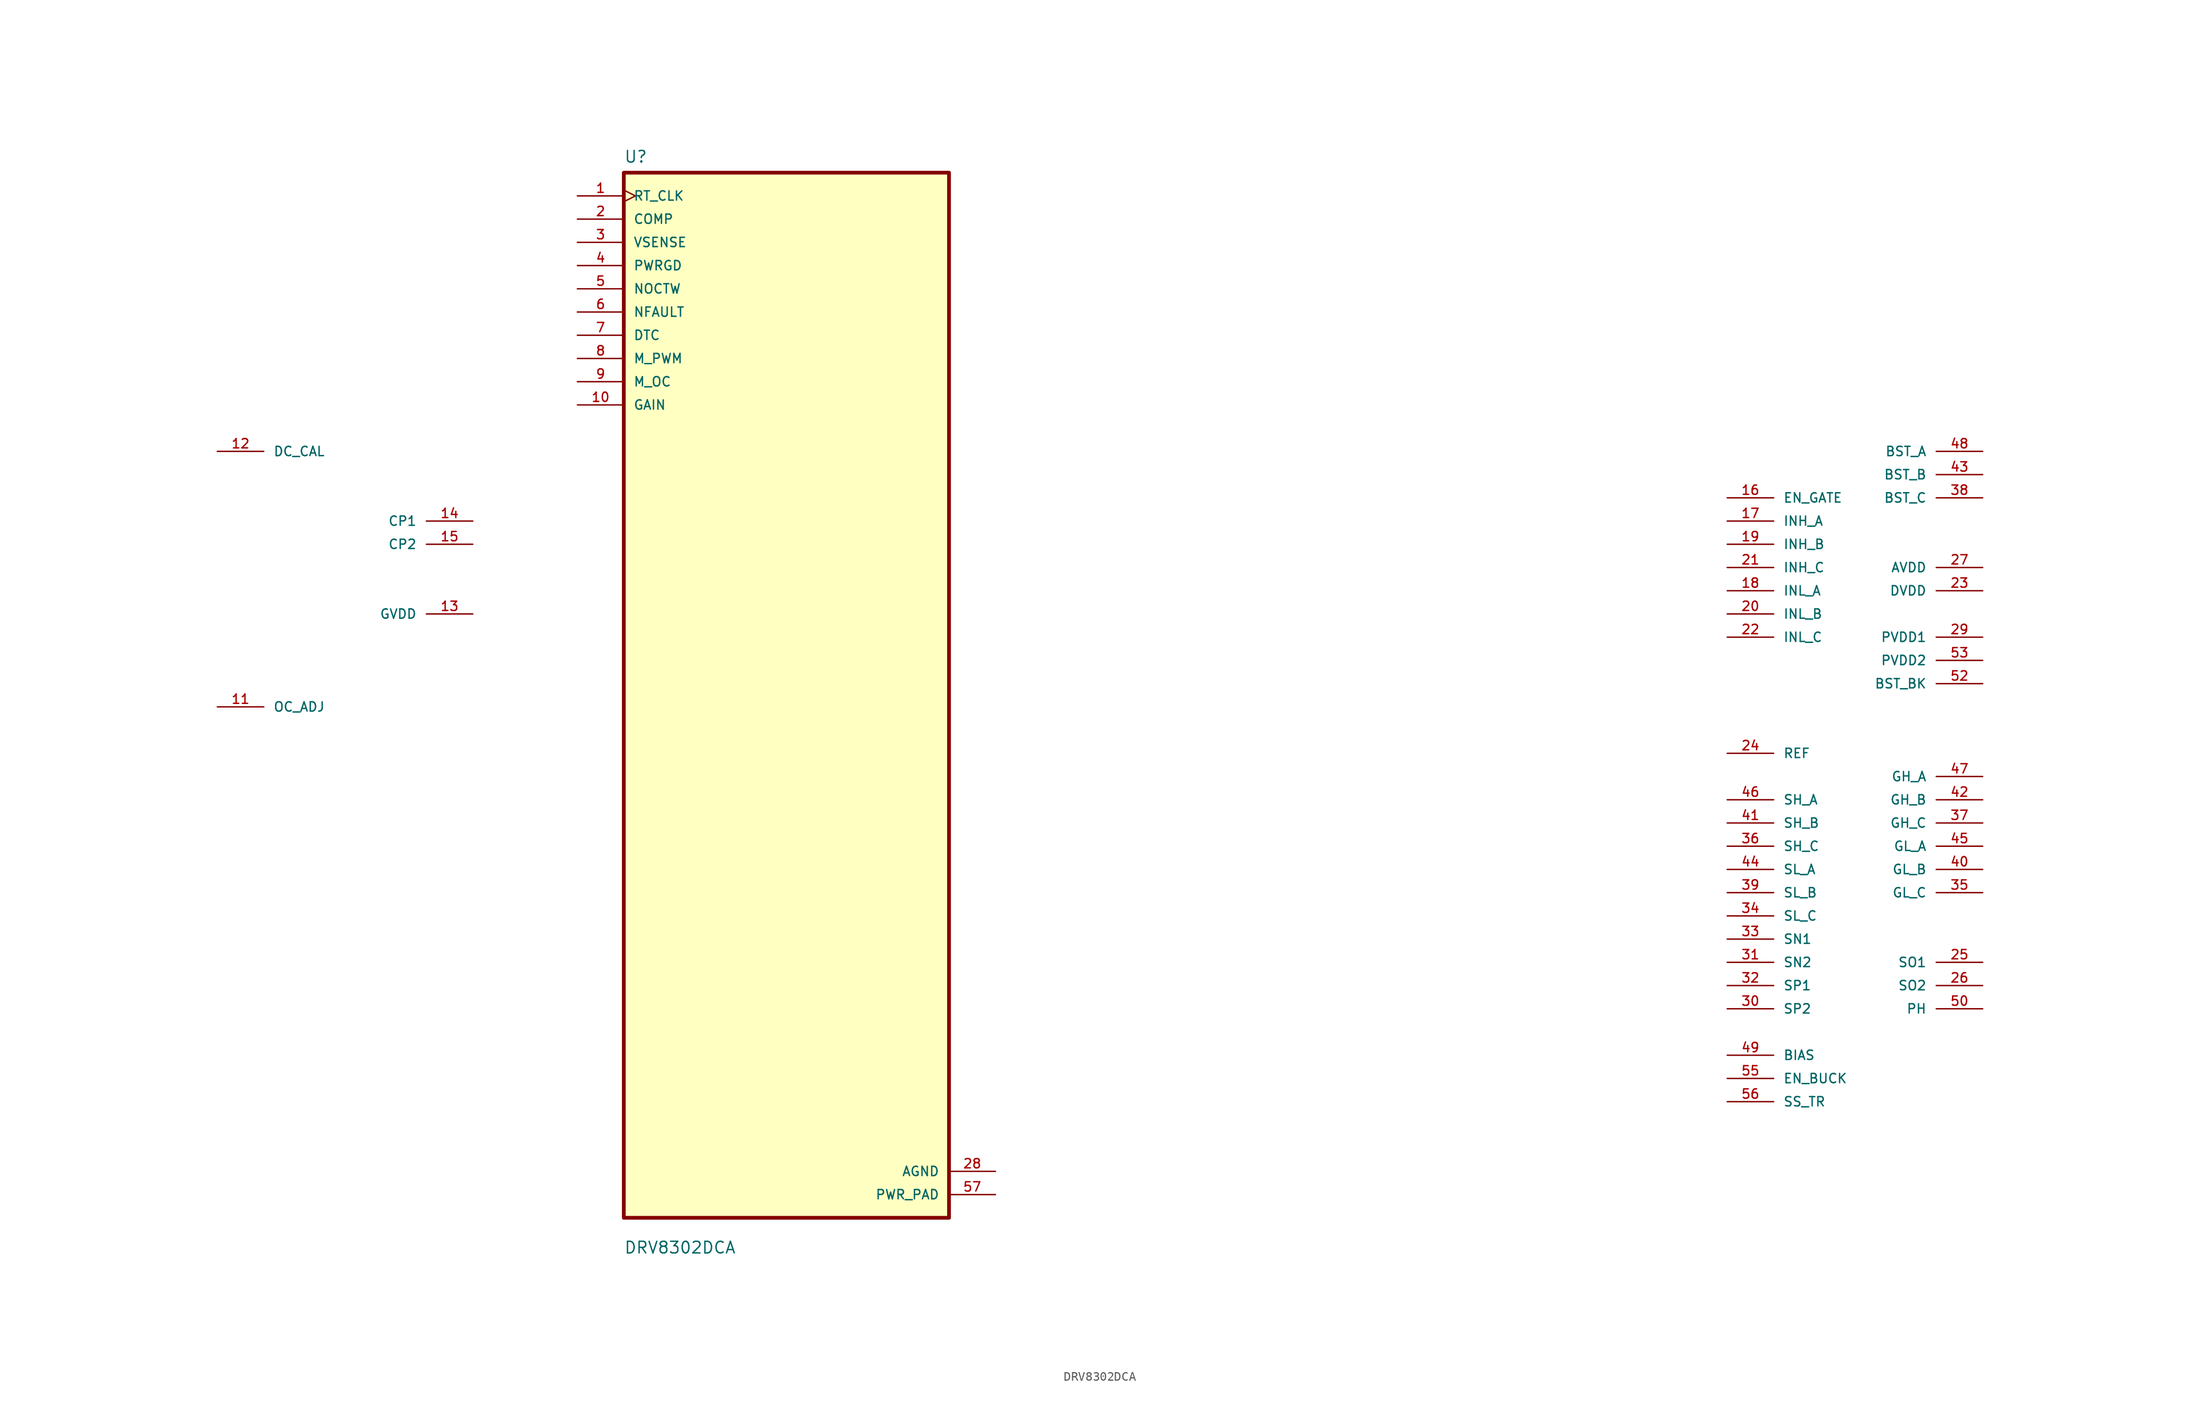
<source format=kicad_sym>
(kicad_symbol_lib
  (version 20241209)
  (generator "kicad_symbol_editor")
  (generator_version "9.0")
  (symbol "DRV8302DCA"
    (pin_names
      (offset 1.016))
    (property "Reference" "U"
      (at -17.78 56.88 0)
      (effects (font (size 1.27 1.27)) (justify left bottom)))
    (property "Value" "DRV8302DCA"
      (at -17.78 -62.42 0)
      (effects (font (size 1.27 1.27)) (justify left bottom)))
    (symbol "DRV8302DCA_0_0"
      (rectangle (start -17.78 55.88) (end 17.78 -58.42) (stroke (width 0.41) (type default)) (fill (type background)))
      (pin input line (at -62.23 25.4 0) (length 5.08) (name "DC_CAL" (effects (font (size 1.016 1.016)))) (number "12" (effects (font (size 1.016 1.016)))))
      (pin input line (at -62.23 -2.54 0) (length 5.08) (name "OC_ADJ" (effects (font (size 1.016 1.016)))) (number "11" (effects (font (size 1.016 1.016)))))
      (pin power_in line (at -34.29 17.78 180) (length 5.08) (name "CP1" (effects (font (size 1.016 1.016)))) (number "14" (effects (font (size 1.016 1.016)))))
      (pin power_in line (at -34.29 15.24 180) (length 5.08) (name "CP2" (effects (font (size 1.016 1.016)))) (number "15" (effects (font (size 1.016 1.016)))))
      (pin power_in line (at -34.29 7.62 180) (length 5.08) (name "GVDD" (effects (font (size 1.016 1.016)))) (number "13" (effects (font (size 1.016 1.016)))))
      (pin input clock (at -22.86 53.34 0) (length 5.08) (name "RT_CLK" (effects (font (size 1.016 1.016)))) (number "1" (effects (font (size 1.016 1.016)))))
      (pin output line (at -22.86 50.8 0) (length 5.08) (name "COMP" (effects (font (size 1.016 1.016)))) (number "2" (effects (font (size 1.016 1.016)))))
      (pin input line (at -22.86 48.26 0) (length 5.08) (name "VSENSE" (effects (font (size 1.016 1.016)))) (number "3" (effects (font (size 1.016 1.016)))))
      (pin input line (at -22.86 45.72 0) (length 5.08) (name "PWRGD" (effects (font (size 1.016 1.016)))) (number "4" (effects (font (size 1.016 1.016)))))
      (pin output line (at -22.86 43.18 0) (length 5.08) (name "NOCTW" (effects (font (size 1.016 1.016)))) (number "5" (effects (font (size 1.016 1.016)))))
      (pin output line (at -22.86 40.64 0) (length 5.08) (name "NFAULT" (effects (font (size 1.016 1.016)))) (number "6" (effects (font (size 1.016 1.016)))))
      (pin input line (at -22.86 38.1 0) (length 5.08) (name "DTC" (effects (font (size 1.016 1.016)))) (number "7" (effects (font (size 1.016 1.016)))))
      (pin input line (at -22.86 35.56 0) (length 5.08) (name "M_PWM" (effects (font (size 1.016 1.016)))) (number "8" (effects (font (size 1.016 1.016)))))
      (pin input line (at -22.86 33.02 0) (length 5.08) (name "M_OC" (effects (font (size 1.016 1.016)))) (number "9" (effects (font (size 1.016 1.016)))))
      (pin output line (at -22.86 30.48 0) (length 5.08) (name "GAIN" (effects (font (size 1.016 1.016)))) (number "10" (effects (font (size 1.016 1.016)))))
      (pin power_in line (at 22.86 -53.34 180) (length 5.08) (name "AGND" (effects (font (size 1.016 1.016)))) (number "28" (effects (font (size 1.016 1.016)))))
      (pin power_in line (at 22.86 -55.88 180) (length 5.08) (name "PWR_PAD" (effects (font (size 1.016 1.016)))) (number "57" (effects (font (size 1.016 1.016)))))
      (pin input line (at 102.87 20.32 0) (length 5.08) (name "EN_GATE" (effects (font (size 1.016 1.016)))) (number "16" (effects (font (size 1.016 1.016)))))
      (pin input line (at 102.87 17.78 0) (length 5.08) (name "INH_A" (effects (font (size 1.016 1.016)))) (number "17" (effects (font (size 1.016 1.016)))))
      (pin input line (at 102.87 15.24 0) (length 5.08) (name "INH_B" (effects (font (size 1.016 1.016)))) (number "19" (effects (font (size 1.016 1.016)))))
      (pin input line (at 102.87 12.7 0) (length 5.08) (name "INH_C" (effects (font (size 1.016 1.016)))) (number "21" (effects (font (size 1.016 1.016)))))
      (pin input line (at 102.87 10.16 0) (length 5.08) (name "INL_A" (effects (font (size 1.016 1.016)))) (number "18" (effects (font (size 1.016 1.016)))))
      (pin input line (at 102.87 7.62 0) (length 5.08) (name "INL_B" (effects (font (size 1.016 1.016)))) (number "20" (effects (font (size 1.016 1.016)))))
      (pin input line (at 102.87 5.08 0) (length 5.08) (name "INL_C" (effects (font (size 1.016 1.016)))) (number "22" (effects (font (size 1.016 1.016)))))
      (pin input line (at 102.87 -7.62 0) (length 5.08) (name "REF" (effects (font (size 1.016 1.016)))) (number "24" (effects (font (size 1.016 1.016)))))
      (pin input line (at 102.87 -12.7 0) (length 5.08) (name "SH_A" (effects (font (size 1.016 1.016)))) (number "46" (effects (font (size 1.016 1.016)))))
      (pin input line (at 102.87 -15.24 0) (length 5.08) (name "SH_B" (effects (font (size 1.016 1.016)))) (number "41" (effects (font (size 1.016 1.016)))))
      (pin input line (at 102.87 -17.78 0) (length 5.08) (name "SH_C" (effects (font (size 1.016 1.016)))) (number "36" (effects (font (size 1.016 1.016)))))
      (pin input line (at 102.87 -20.32 0) (length 5.08) (name "SL_A" (effects (font (size 1.016 1.016)))) (number "44" (effects (font (size 1.016 1.016)))))
      (pin input line (at 102.87 -22.86 0) (length 5.08) (name "SL_B" (effects (font (size 1.016 1.016)))) (number "39" (effects (font (size 1.016 1.016)))))
      (pin input line (at 102.87 -25.4 0) (length 5.08) (name "SL_C" (effects (font (size 1.016 1.016)))) (number "34" (effects (font (size 1.016 1.016)))))
      (pin input line (at 102.87 -27.94 0) (length 5.08) (name "SN1" (effects (font (size 1.016 1.016)))) (number "33" (effects (font (size 1.016 1.016)))))
      (pin input line (at 102.87 -30.48 0) (length 5.08) (name "SN2" (effects (font (size 1.016 1.016)))) (number "31" (effects (font (size 1.016 1.016)))))
      (pin input line (at 102.87 -33.02 0) (length 5.08) (name "SP1" (effects (font (size 1.016 1.016)))) (number "32" (effects (font (size 1.016 1.016)))))
      (pin input line (at 102.87 -35.56 0) (length 5.08) (name "SP2" (effects (font (size 1.016 1.016)))) (number "30" (effects (font (size 1.016 1.016)))))
      (pin input line (at 102.87 -40.64 0) (length 5.08) (name "BIAS" (effects (font (size 1.016 1.016)))) (number "49" (effects (font (size 1.016 1.016)))))
      (pin input line (at 102.87 -43.18 0) (length 5.08) (name "EN_BUCK" (effects (font (size 1.016 1.016)))) (number "55" (effects (font (size 1.016 1.016)))))
      (pin input line (at 102.87 -45.72 0) (length 5.08) (name "SS_TR" (effects (font (size 1.016 1.016)))) (number "56" (effects (font (size 1.016 1.016)))))
      (pin power_in line (at 130.81 25.4 180) (length 5.08) (name "BST_A" (effects (font (size 1.016 1.016)))) (number "48" (effects (font (size 1.016 1.016)))))
      (pin power_in line (at 130.81 22.86 180) (length 5.08) (name "BST_B" (effects (font (size 1.016 1.016)))) (number "43" (effects (font (size 1.016 1.016)))))
      (pin power_in line (at 130.81 20.32 180) (length 5.08) (name "BST_C" (effects (font (size 1.016 1.016)))) (number "38" (effects (font (size 1.016 1.016)))))
      (pin power_in line (at 130.81 12.7 180) (length 5.08) (name "AVDD" (effects (font (size 1.016 1.016)))) (number "27" (effects (font (size 1.016 1.016)))))
      (pin power_in line (at 130.81 10.16 180) (length 5.08) (name "DVDD" (effects (font (size 1.016 1.016)))) (number "23" (effects (font (size 1.016 1.016)))))
      (pin power_in line (at 130.81 5.08 180) (length 5.08) (name "PVDD1" (effects (font (size 1.016 1.016)))) (number "29" (effects (font (size 1.016 1.016)))))
      (pin power_in line (at 130.81 2.54 180) (length 5.08) (name "PVDD2" (effects (font (size 1.016 1.016)))) (number "53" (effects (font (size 1.016 1.016)))))
      (pin power_in line (at 130.81 2.54 180) (length 5.08) (hide yes) (name "PVDD2" (effects (font (size 1.016 1.016)))) (number "54" (effects (font (size 1.016 1.016)))))
      (pin power_in line (at 130.81 0 180) (length 5.08) (name "BST_BK" (effects (font (size 1.016 1.016)))) (number "52" (effects (font (size 1.016 1.016)))))
      (pin output line (at 130.81 -10.16 180) (length 5.08) (name "GH_A" (effects (font (size 1.016 1.016)))) (number "47" (effects (font (size 1.016 1.016)))))
      (pin output line (at 130.81 -12.7 180) (length 5.08) (name "GH_B" (effects (font (size 1.016 1.016)))) (number "42" (effects (font (size 1.016 1.016)))))
      (pin output line (at 130.81 -15.24 180) (length 5.08) (name "GH_C" (effects (font (size 1.016 1.016)))) (number "37" (effects (font (size 1.016 1.016)))))
      (pin output line (at 130.81 -17.78 180) (length 5.08) (name "GL_A" (effects (font (size 1.016 1.016)))) (number "45" (effects (font (size 1.016 1.016)))))
      (pin output line (at 130.81 -20.32 180) (length 5.08) (name "GL_B" (effects (font (size 1.016 1.016)))) (number "40" (effects (font (size 1.016 1.016)))))
      (pin output line (at 130.81 -22.86 180) (length 5.08) (name "GL_C" (effects (font (size 1.016 1.016)))) (number "35" (effects (font (size 1.016 1.016)))))
      (pin output line (at 130.81 -30.48 180) (length 5.08) (name "SO1" (effects (font (size 1.016 1.016)))) (number "25" (effects (font (size 1.016 1.016)))))
      (pin output line (at 130.81 -33.02 180) (length 5.08) (name "SO2" (effects (font (size 1.016 1.016)))) (number "26" (effects (font (size 1.016 1.016)))))
      (pin bidirectional line (at 130.81 -35.56 180) (length 5.08) (name "PH" (effects (font (size 1.016 1.016)))) (number "50" (effects (font (size 1.016 1.016)))))
      (pin bidirectional line (at 130.81 -35.56 180) (length 5.08) (hide yes) (name "PH" (effects (font (size 1.016 1.016)))) (number "51" (effects (font (size 1.016 1.016))))))))
</source>
